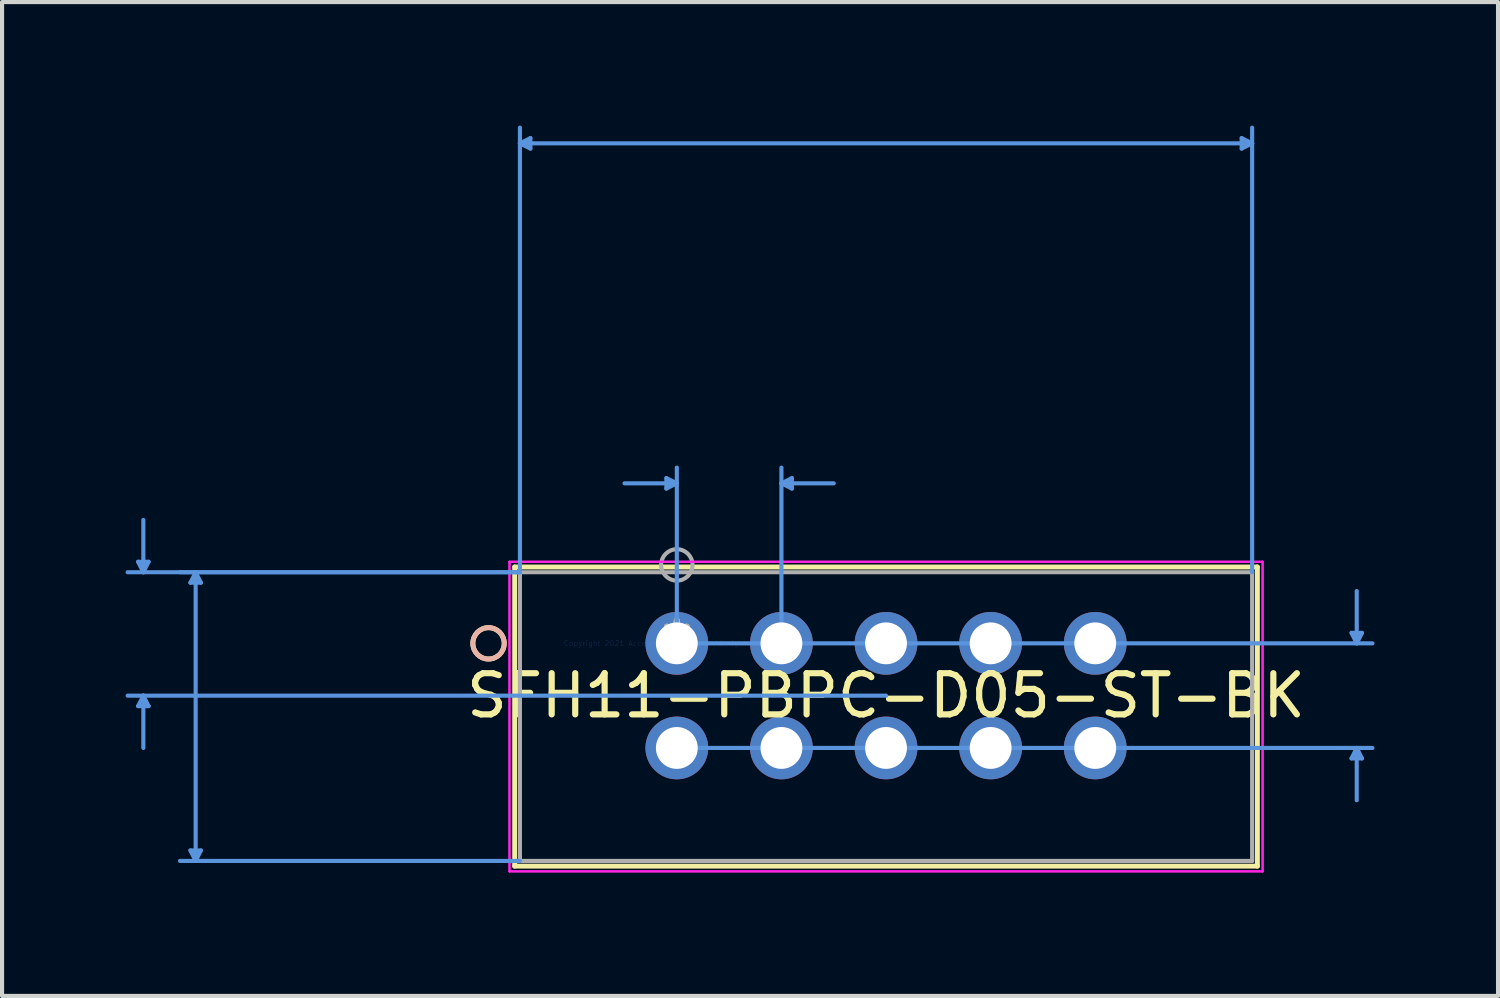
<source format=kicad_pcb>
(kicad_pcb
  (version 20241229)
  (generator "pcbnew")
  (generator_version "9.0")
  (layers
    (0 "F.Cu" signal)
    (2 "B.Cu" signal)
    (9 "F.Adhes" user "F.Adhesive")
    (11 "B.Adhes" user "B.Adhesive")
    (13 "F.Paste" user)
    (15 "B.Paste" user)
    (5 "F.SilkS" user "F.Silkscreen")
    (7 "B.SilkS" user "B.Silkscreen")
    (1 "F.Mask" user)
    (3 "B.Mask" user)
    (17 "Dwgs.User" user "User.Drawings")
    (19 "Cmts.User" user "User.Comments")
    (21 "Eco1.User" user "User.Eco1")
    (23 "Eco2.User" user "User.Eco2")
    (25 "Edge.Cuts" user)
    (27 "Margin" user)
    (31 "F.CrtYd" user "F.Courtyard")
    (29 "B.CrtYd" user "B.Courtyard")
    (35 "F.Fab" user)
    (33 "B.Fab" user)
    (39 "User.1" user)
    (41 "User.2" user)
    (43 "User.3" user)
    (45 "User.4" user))
  (footprint "SFH11-PBPC-D05-ST-BK"
    (layer "F.Cu")
    (at 13.385 12.572)
    (property "Reference" "SFH11-PBPC-D05-ST-BK" (at 5.08 1.27 0) (layer "F.SilkS") (effects (font (size 1 1) (thickness 0.15))))
    (attr through_hole)
    (fp_line (start -3.937 -1.854) (end -3.937 5.41) (stroke (width 0.12) (type solid)) (layer "F.SilkS"))
    (fp_line (start -3.937 5.41) (end 14.097 5.41) (stroke (width 0.12) (type solid)) (layer "F.SilkS"))
    (fp_line (start 14.097 -1.854) (end -3.937 -1.854) (stroke (width 0.12) (type solid)) (layer "F.SilkS"))
    (fp_line (start 14.097 5.41) (end 14.097 -1.854) (stroke (width 0.12) (type solid)) (layer "F.SilkS"))
    (fp_circle (center -4.572 0) (end -4.191 0) (stroke (width 0.12) (type solid)) (fill no) (layer "F.SilkS"))
    (fp_circle (center -4.572 0) (end -4.191 0) (stroke (width 0.12) (type solid)) (fill no) (layer "B.SilkS"))
    (fp_line (start -13.081 -1.981) (end -12.827 -1.981) (stroke (width 0.1) (type solid)) (layer "Cmts.User"))
    (fp_line (start -13.081 1.524) (end -12.827 1.524) (stroke (width 0.1) (type solid)) (layer "Cmts.User"))
    (fp_line (start -12.954 -1.727) (end -13.081 -1.981) (stroke (width 0.1) (type solid)) (layer "Cmts.User"))
    (fp_line (start -12.954 -1.727) (end -12.954 -2.997) (stroke (width 0.1) (type solid)) (layer "Cmts.User"))
    (fp_line (start -12.954 -1.727) (end -12.827 -1.981) (stroke (width 0.1) (type solid)) (layer "Cmts.User"))
    (fp_line (start -12.954 1.27) (end -13.081 1.524) (stroke (width 0.1) (type solid)) (layer "Cmts.User"))
    (fp_line (start -12.954 1.27) (end -12.954 2.54) (stroke (width 0.1) (type solid)) (layer "Cmts.User"))
    (fp_line (start -12.954 1.27) (end -12.827 1.524) (stroke (width 0.1) (type solid)) (layer "Cmts.User"))
    (fp_line (start -11.811 -1.473) (end -11.557 -1.473) (stroke (width 0.1) (type solid)) (layer "Cmts.User"))
    (fp_line (start -11.811 5.029) (end -11.557 5.029) (stroke (width 0.1) (type solid)) (layer "Cmts.User"))
    (fp_line (start -11.684 -1.727) (end -11.811 -1.473) (stroke (width 0.1) (type solid)) (layer "Cmts.User"))
    (fp_line (start -11.684 -1.727) (end -11.684 5.283) (stroke (width 0.1) (type solid)) (layer "Cmts.User"))
    (fp_line (start -11.684 -1.727) (end -11.557 -1.473) (stroke (width 0.1) (type solid)) (layer "Cmts.User"))
    (fp_line (start -11.684 5.283) (end -11.811 5.029) (stroke (width 0.1) (type solid)) (layer "Cmts.User"))
    (fp_line (start -11.684 5.283) (end -11.557 5.029) (stroke (width 0.1) (type solid)) (layer "Cmts.User"))
    (fp_line (start -3.81 -12.141) (end -3.556 -12.268) (stroke (width 0.1) (type solid)) (layer "Cmts.User"))
    (fp_line (start -3.81 -12.141) (end -3.556 -12.014) (stroke (width 0.1) (type solid)) (layer "Cmts.User"))
    (fp_line (start -3.81 -12.141) (end 13.97 -12.141) (stroke (width 0.1) (type solid)) (layer "Cmts.User"))
    (fp_line (start -3.81 -1.727) (end -13.335 -1.727) (stroke (width 0.1) (type solid)) (layer "Cmts.User"))
    (fp_line (start -3.81 -1.727) (end -12.065 -1.727) (stroke (width 0.1) (type solid)) (layer "Cmts.User"))
    (fp_line (start -3.81 -1.727) (end -3.81 -12.522) (stroke (width 0.1) (type solid)) (layer "Cmts.User"))
    (fp_line (start -3.81 5.283) (end -12.065 5.283) (stroke (width 0.1) (type solid)) (layer "Cmts.User"))
    (fp_line (start -3.556 -12.268) (end -3.556 -12.014) (stroke (width 0.1) (type solid)) (layer "Cmts.User"))
    (fp_line (start -0.254 -4.013) (end -0.254 -3.759) (stroke (width 0.1) (type solid)) (layer "Cmts.User"))
    (fp_line (start 0 -3.886) (end -1.27 -3.886) (stroke (width 0.1) (type solid)) (layer "Cmts.User"))
    (fp_line (start 0 -3.886) (end -0.254 -4.013) (stroke (width 0.1) (type solid)) (layer "Cmts.User"))
    (fp_line (start 0 -3.886) (end -0.254 -3.759) (stroke (width 0.1) (type solid)) (layer "Cmts.User"))
    (fp_line (start 0 0) (end 0 -4.267) (stroke (width 0.1) (type solid)) (layer "Cmts.User"))
    (fp_line (start 0 0) (end 16.891 0) (stroke (width 0.1) (type solid)) (layer "Cmts.User"))
    (fp_line (start 0 2.54) (end 16.891 2.54) (stroke (width 0.1) (type solid)) (layer "Cmts.User"))
    (fp_line (start 2.54 -3.886) (end 2.794 -4.013) (stroke (width 0.1) (type solid)) (layer "Cmts.User"))
    (fp_line (start 2.54 -3.886) (end 2.794 -3.759) (stroke (width 0.1) (type solid)) (layer "Cmts.User"))
    (fp_line (start 2.54 -3.886) (end 3.81 -3.886) (stroke (width 0.1) (type solid)) (layer "Cmts.User"))
    (fp_line (start 2.54 0) (end 2.54 -4.267) (stroke (width 0.1) (type solid)) (layer "Cmts.User"))
    (fp_line (start 2.794 -4.013) (end 2.794 -3.759) (stroke (width 0.1) (type solid)) (layer "Cmts.User"))
    (fp_line (start 5.08 1.27) (end -13.335 1.27) (stroke (width 0.1) (type solid)) (layer "Cmts.User"))
    (fp_line (start 13.716 -12.268) (end 13.716 -12.014) (stroke (width 0.1) (type solid)) (layer "Cmts.User"))
    (fp_line (start 13.97 -12.141) (end 13.716 -12.268) (stroke (width 0.1) (type solid)) (layer "Cmts.User"))
    (fp_line (start 13.97 -12.141) (end 13.716 -12.014) (stroke (width 0.1) (type solid)) (layer "Cmts.User"))
    (fp_line (start 13.97 -1.727) (end 13.97 -12.522) (stroke (width 0.1) (type solid)) (layer "Cmts.User"))
    (fp_line (start 16.383 -0.254) (end 16.637 -0.254) (stroke (width 0.1) (type solid)) (layer "Cmts.User"))
    (fp_line (start 16.383 2.794) (end 16.637 2.794) (stroke (width 0.1) (type solid)) (layer "Cmts.User"))
    (fp_line (start 16.51 0) (end 16.383 -0.254) (stroke (width 0.1) (type solid)) (layer "Cmts.User"))
    (fp_line (start 16.51 0) (end 16.51 -1.27) (stroke (width 0.1) (type solid)) (layer "Cmts.User"))
    (fp_line (start 16.51 0) (end 16.637 -0.254) (stroke (width 0.1) (type solid)) (layer "Cmts.User"))
    (fp_line (start 16.51 2.54) (end 16.383 2.794) (stroke (width 0.1) (type solid)) (layer "Cmts.User"))
    (fp_line (start 16.51 2.54) (end 16.51 3.81) (stroke (width 0.1) (type solid)) (layer "Cmts.User"))
    (fp_line (start 16.51 2.54) (end 16.637 2.794) (stroke (width 0.1) (type solid)) (layer "Cmts.User"))
    (fp_line (start -4.064 -1.981) (end -4.064 5.537) (stroke (width 0.05) (type solid)) (layer "F.CrtYd"))
    (fp_line (start -4.064 -1.981) (end -4.064 5.537) (stroke (width 0.05) (type solid)) (layer "F.CrtYd"))
    (fp_line (start -4.064 5.537) (end 14.224 5.537) (stroke (width 0.05) (type solid)) (layer "F.CrtYd"))
    (fp_line (start -4.064 5.537) (end 14.224 5.537) (stroke (width 0.05) (type solid)) (layer "F.CrtYd"))
    (fp_line (start 14.224 -1.981) (end -4.064 -1.981) (stroke (width 0.05) (type solid)) (layer "F.CrtYd"))
    (fp_line (start 14.224 -1.981) (end -4.064 -1.981) (stroke (width 0.05) (type solid)) (layer "F.CrtYd"))
    (fp_line (start 14.224 5.537) (end 14.224 -1.981) (stroke (width 0.05) (type solid)) (layer "F.CrtYd"))
    (fp_line (start 14.224 5.537) (end 14.224 -1.981) (stroke (width 0.05) (type solid)) (layer "F.CrtYd"))
    (fp_line (start -3.81 -1.727) (end -3.81 5.283) (stroke (width 0.1) (type solid)) (layer "F.Fab"))
    (fp_line (start -3.81 5.283) (end 13.97 5.283) (stroke (width 0.1) (type solid)) (layer "F.Fab"))
    (fp_line (start 13.97 -1.727) (end -3.81 -1.727) (stroke (width 0.1) (type solid)) (layer "F.Fab"))
    (fp_line (start 13.97 5.283) (end 13.97 -1.727) (stroke (width 0.1) (type solid)) (layer "F.Fab"))
    (fp_circle (center 0 -1.905) (end 0.381 -1.905) (stroke (width 0.1) (type solid)) (fill no) (layer "F.Fab"))
    (fp_text user "*" (at 0 0 0) (layer "F.SilkS") (effects (font (size 1 1) (thickness 0.15))))
    (fp_text user "Copyright 2021 Accelerated Designs. All rights reserved." (at 0 0 0) (layer "Cmts.User") (effects (font (size 0.127 0.127) (thickness 0.002))))
    (fp_text user "*" (at 0 0 0) (layer "F.Fab") (effects (font (size 1 1) (thickness 0.15))))
    (pad "1" thru_hole circle (at 0 0) (size 1.524 1.524) (drill 1.016) (layers "*.Cu" "*.Mask"))
    (pad "2" thru_hole circle (at 0 2.54) (size 1.524 1.524) (drill 1.016) (layers "*.Cu" "*.Mask"))
    (pad "3" thru_hole circle (at 2.54 0) (size 1.524 1.524) (drill 1.016) (layers "*.Cu" "*.Mask"))
    (pad "4" thru_hole circle (at 2.54 2.54) (size 1.524 1.524) (drill 1.016) (layers "*.Cu" "*.Mask"))
    (pad "5" thru_hole circle (at 5.08 0) (size 1.524 1.524) (drill 1.016) (layers "*.Cu" "*.Mask"))
    (pad "6" thru_hole circle (at 5.08 2.54) (size 1.524 1.524) (drill 1.016) (layers "*.Cu" "*.Mask"))
    (pad "7" thru_hole circle (at 7.62 0) (size 1.524 1.524) (drill 1.016) (layers "*.Cu" "*.Mask"))
    (pad "8" thru_hole circle (at 7.62 2.54) (size 1.524 1.524) (drill 1.016) (layers "*.Cu" "*.Mask"))
    (pad "9" thru_hole circle (at 10.16 0) (size 1.524 1.524) (drill 1.016) (layers "*.Cu" "*.Mask"))
    (pad "10" thru_hole circle (at 10.16 2.54) (size 1.524 1.524) (drill 1.016) (layers "*.Cu" "*.Mask")))
  (gr_rect
    (start -3 -3)
    (end 33.326 21.134)
    (stroke (width 0.1) (type default))
    (fill no)
    (layer "Edge.Cuts")))
</source>
